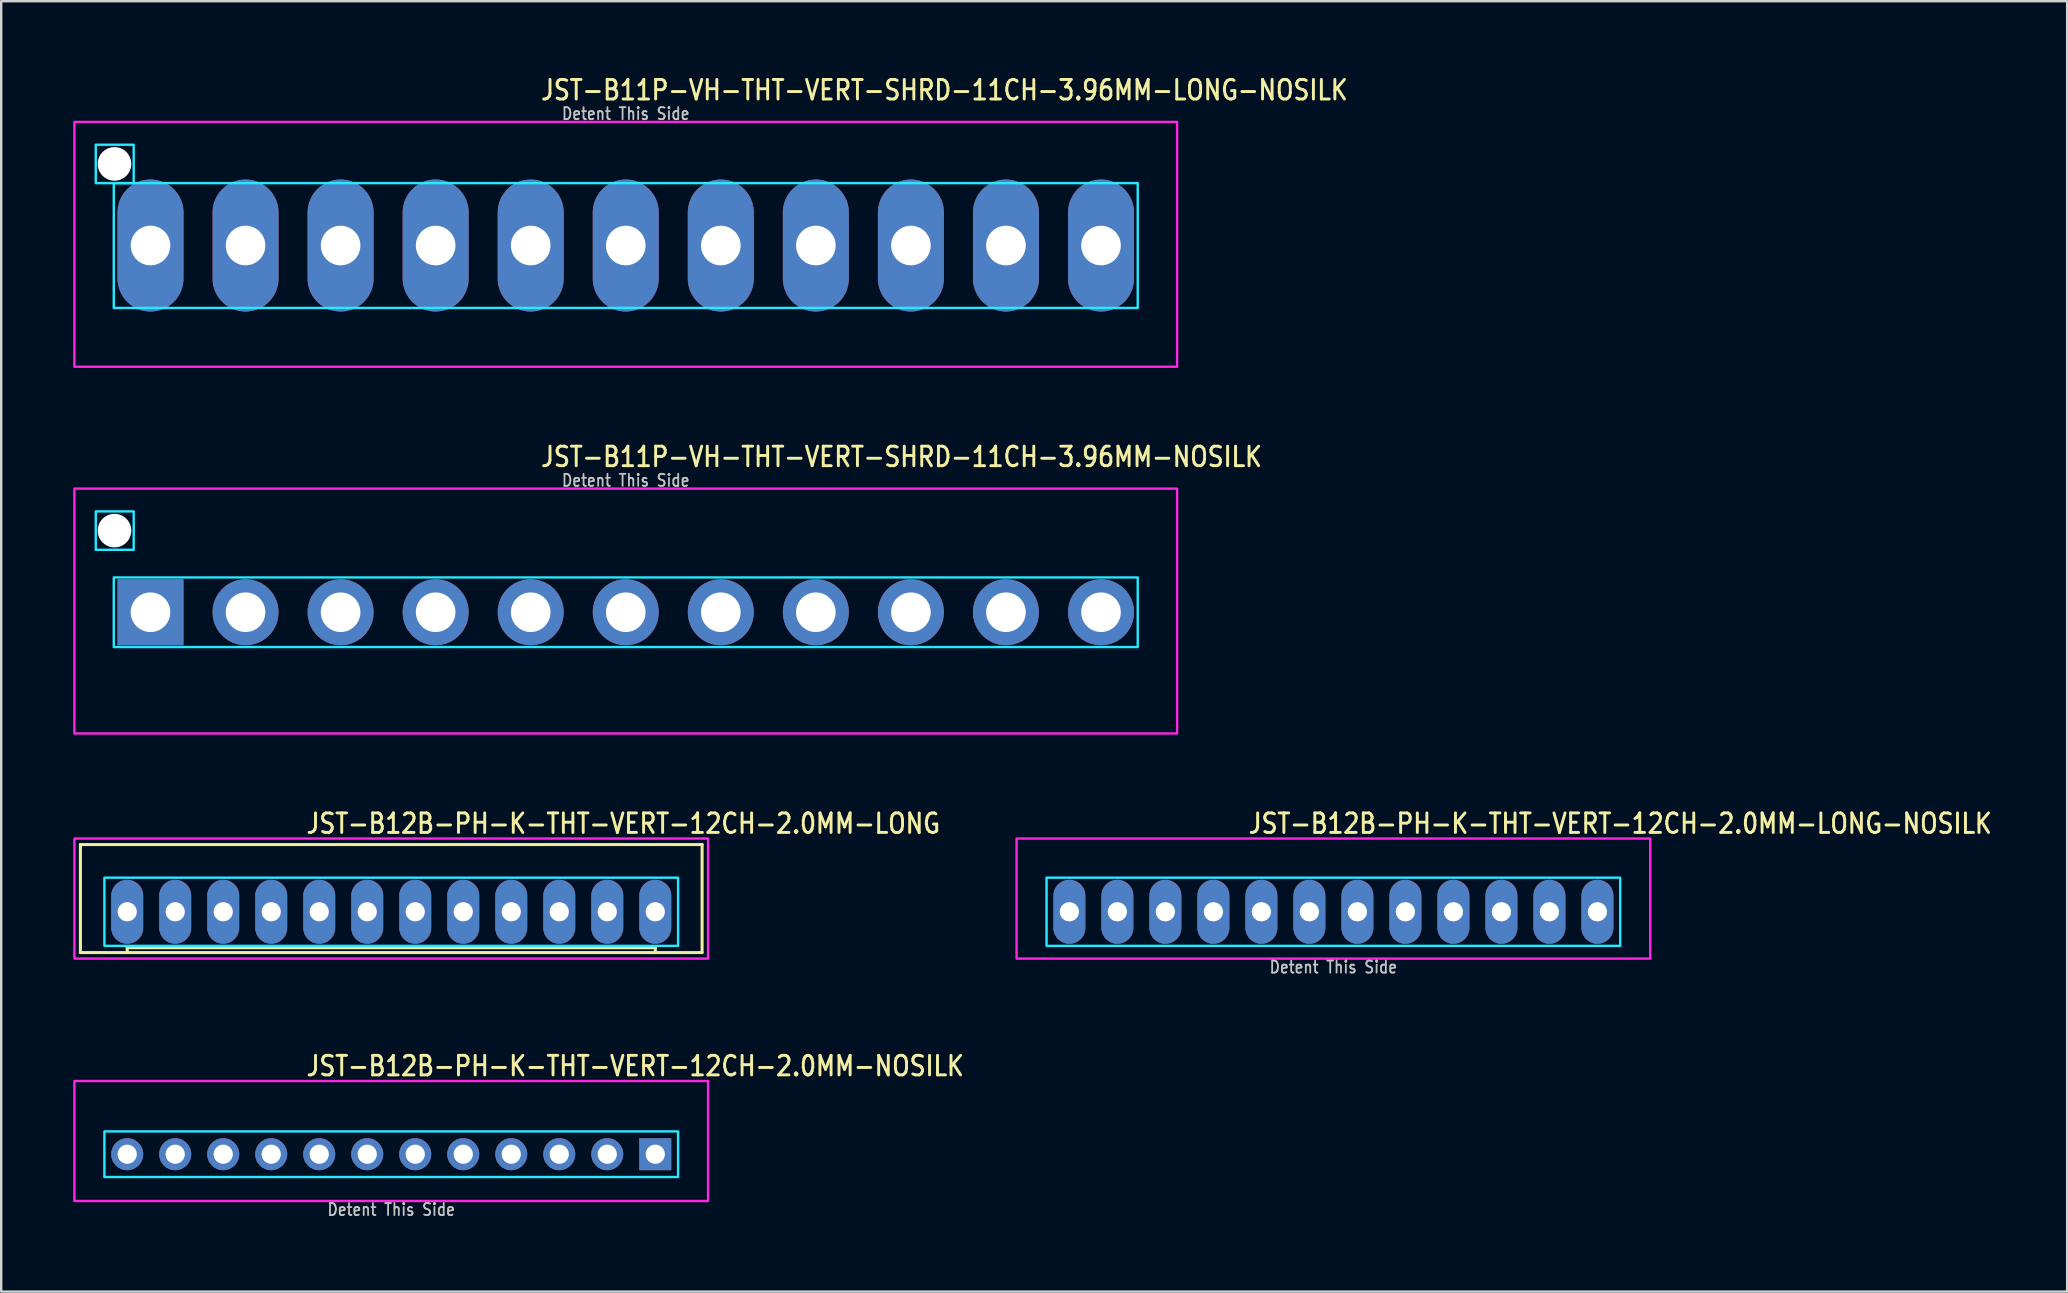
<source format=kicad_pcb>
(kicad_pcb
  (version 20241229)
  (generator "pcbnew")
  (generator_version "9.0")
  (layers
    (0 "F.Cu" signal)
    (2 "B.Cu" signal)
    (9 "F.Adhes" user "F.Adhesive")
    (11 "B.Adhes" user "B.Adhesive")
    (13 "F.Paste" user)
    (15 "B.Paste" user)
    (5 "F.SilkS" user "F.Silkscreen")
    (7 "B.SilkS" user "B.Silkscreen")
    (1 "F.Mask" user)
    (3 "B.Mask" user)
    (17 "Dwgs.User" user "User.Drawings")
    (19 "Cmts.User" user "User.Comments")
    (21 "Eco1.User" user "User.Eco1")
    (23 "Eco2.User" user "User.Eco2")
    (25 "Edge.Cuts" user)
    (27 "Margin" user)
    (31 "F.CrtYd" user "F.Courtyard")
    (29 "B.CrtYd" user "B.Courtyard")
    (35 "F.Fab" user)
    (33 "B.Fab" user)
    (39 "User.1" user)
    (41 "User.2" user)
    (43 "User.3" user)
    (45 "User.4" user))
  (footprint "JST-B12B-PH-K-THT-VERT-12CH-2.0MM-LONG-NOSILK"
    (layer "F.Cu")
    (at 52.502 34.936)
    (property "Reference" "JST-B12B-PH-K-THT-VERT-12CH-2.0MM-LONG-NOSILK" (at -3.6 -3.2 0) (unlocked yes) (layer "F.SilkS") (effects (font (size 0.813 0.695) (thickness 0.122)) (justify left bottom)))
    (fp_poly (pts (xy -11.95 -1.42) (xy -11.95 1.42) (xy 11.95 1.42) (xy 11.95 -1.42)) (stroke (width 0.1) (type solid)) (fill no) (layer "B.CrtYd"))
    (fp_poly (pts (xy -13.2 1.95) (xy -13.2 -3.05) (xy 13.2 -3.05) (xy 13.2 1.95)) (stroke (width 0.1) (type solid)) (fill no) (layer "F.CrtYd"))
    (fp_text user "Detent This Side" (at 0 2.6 0) (unlocked yes) (layer "Dwgs.User") (effects (font (size 0.5 0.427) (thickness 0.075)) (justify bottom)))
    (pad "1" thru_hole oval (at 11 0 90) (size 2.667 1.333) (drill 0.8) (layers "*.Cu" "*.Mask"))
    (pad "2" thru_hole oval (at 9 0 90) (size 2.667 1.333) (drill 0.8) (layers "*.Cu" "*.Mask"))
    (pad "3" thru_hole oval (at 7 0 90) (size 2.667 1.333) (drill 0.8) (layers "*.Cu" "*.Mask"))
    (pad "4" thru_hole oval (at 5 0 90) (size 2.667 1.333) (drill 0.8) (layers "*.Cu" "*.Mask"))
    (pad "5" thru_hole oval (at 3 0 90) (size 2.667 1.333) (drill 0.8) (layers "*.Cu" "*.Mask"))
    (pad "6" thru_hole oval (at 1 0 90) (size 2.667 1.333) (drill 0.8) (layers "*.Cu" "*.Mask"))
    (pad "7" thru_hole oval (at -1 0 90) (size 2.667 1.333) (drill 0.8) (layers "*.Cu" "*.Mask"))
    (pad "8" thru_hole oval (at -3 0 90) (size 2.667 1.333) (drill 0.8) (layers "*.Cu" "*.Mask"))
    (pad "9" thru_hole oval (at -5 0 90) (size 2.667 1.333) (drill 0.8) (layers "*.Cu" "*.Mask"))
    (pad "10" thru_hole oval (at -7 0 90) (size 2.667 1.333) (drill 0.8) (layers "*.Cu" "*.Mask"))
    (pad "11" thru_hole oval (at -9 0 90) (size 2.667 1.333) (drill 0.8) (layers "*.Cu" "*.Mask"))
    (pad "12" thru_hole oval (at -11 0 90) (size 2.667 1.333) (drill 0.8) (layers "*.Cu" "*.Mask")))
  (footprint "JST-B12B-PH-K-THT-VERT-12CH-2.0MM-LONG"
    (layer "F.Cu")
    (at 13.25 34.936)
    (property "Reference" "JST-B12B-PH-K-THT-VERT-12CH-2.0MM-LONG" (at -3.6 -3.2 0) (unlocked yes) (layer "F.SilkS") (effects (font (size 0.813 0.695) (thickness 0.122)) (justify left bottom)))
    (fp_line (start -12.95 -2.8) (end -12.95 1.7) (stroke (width 0.127) (type solid)) (layer "F.SilkS"))
    (fp_line (start -12.95 -2.8) (end 12.95 -2.8) (stroke (width 0.127) (type solid)) (layer "F.SilkS"))
    (fp_line (start -12.95 1.7) (end 12.95 1.7) (stroke (width 0.127) (type solid)) (layer "F.SilkS"))
    (fp_line (start -11 1.7) (end -11 1.5) (stroke (width 0.127) (type solid)) (layer "F.SilkS"))
    (fp_line (start 11 1.5) (end -11 1.5) (stroke (width 0.127) (type solid)) (layer "F.SilkS"))
    (fp_line (start 11 1.7) (end 11 1.5) (stroke (width 0.127) (type solid)) (layer "F.SilkS"))
    (fp_line (start 12.95 1.7) (end 12.95 -2.8) (stroke (width 0.127) (type solid)) (layer "F.SilkS"))
    (fp_poly (pts (xy -11.95 -1.42) (xy -11.95 1.42) (xy 11.95 1.42) (xy 11.95 -1.42)) (stroke (width 0.1) (type solid)) (fill no) (layer "B.CrtYd"))
    (fp_poly (pts (xy -13.2 1.95) (xy -13.2 -3.05) (xy 13.2 -3.05) (xy 13.2 1.95)) (stroke (width 0.1) (type solid)) (fill no) (layer "F.CrtYd"))
    (pad "1" thru_hole oval (at 11 0 90) (size 2.667 1.333) (drill 0.8) (layers "*.Cu" "*.Mask"))
    (pad "2" thru_hole oval (at 9 0 90) (size 2.667 1.333) (drill 0.8) (layers "*.Cu" "*.Mask"))
    (pad "3" thru_hole oval (at 7 0 90) (size 2.667 1.333) (drill 0.8) (layers "*.Cu" "*.Mask"))
    (pad "4" thru_hole oval (at 5 0 90) (size 2.667 1.333) (drill 0.8) (layers "*.Cu" "*.Mask"))
    (pad "5" thru_hole oval (at 3 0 90) (size 2.667 1.333) (drill 0.8) (layers "*.Cu" "*.Mask"))
    (pad "6" thru_hole oval (at 1 0 90) (size 2.667 1.333) (drill 0.8) (layers "*.Cu" "*.Mask"))
    (pad "7" thru_hole oval (at -1 0 90) (size 2.667 1.333) (drill 0.8) (layers "*.Cu" "*.Mask"))
    (pad "8" thru_hole oval (at -3 0 90) (size 2.667 1.333) (drill 0.8) (layers "*.Cu" "*.Mask"))
    (pad "9" thru_hole oval (at -5 0 90) (size 2.667 1.333) (drill 0.8) (layers "*.Cu" "*.Mask"))
    (pad "10" thru_hole oval (at -7 0 90) (size 2.667 1.333) (drill 0.8) (layers "*.Cu" "*.Mask"))
    (pad "11" thru_hole oval (at -9 0 90) (size 2.667 1.333) (drill 0.8) (layers "*.Cu" "*.Mask"))
    (pad "12" thru_hole oval (at -11 0 90) (size 2.667 1.333) (drill 0.8) (layers "*.Cu" "*.Mask")))
  (footprint "JST-B11P-VH-THT-VERT-SHRD-11CH-3.96MM-LONG-NOSILK"
    (layer "F.Cu")
    (at 23.02 7.179)
    (property "Reference" "JST-B11P-VH-THT-VERT-SHRD-11CH-3.96MM-LONG-NOSILK" (at -3.6 -6 0) (unlocked yes) (layer "F.SilkS") (effects (font (size 0.813 0.695) (thickness 0.122)) (justify left bottom)))
    (fp_poly (pts (xy -21.33 -2.6) (xy -21.33 2.6) (xy 21.33 2.6) (xy 21.33 -2.6)) (stroke (width 0.1) (type solid)) (fill no) (layer "B.CrtYd"))
    (fp_poly (pts (xy -20.5 -4.2) (xy -20.5 -2.6) (xy -22.08 -2.6) (xy -22.08 -4.2)) (stroke (width 0.1) (type solid)) (fill no) (layer "B.CrtYd"))
    (fp_poly (pts (xy -22.97 -5.15) (xy -22.97 5.05) (xy 22.97 5.05) (xy 22.97 -5.15)) (stroke (width 0.1) (type solid)) (fill no) (layer "F.CrtYd"))
    (fp_text user "Detent This Side" (at 0 -5.2 0) (unlocked yes) (layer "Dwgs.User") (effects (font (size 0.5 0.427) (thickness 0.075)) (justify bottom)))
    (pad "" np_thru_hole circle (at -21.3 -3.4) (size 1.4 1.4) (drill 1.4) (layers "*.Cu" "*.Mask"))
    (pad "1" thru_hole oval (at -19.8 0 90) (size 5.5 2.75) (drill 1.65) (layers "*.Cu" "*.Mask"))
    (pad "2" thru_hole oval (at -15.84 0 90) (size 5.5 2.75) (drill 1.65) (layers "*.Cu" "*.Mask"))
    (pad "3" thru_hole oval (at -11.88 0 90) (size 5.5 2.75) (drill 1.65) (layers "*.Cu" "*.Mask"))
    (pad "4" thru_hole oval (at -7.92 0 90) (size 5.5 2.75) (drill 1.65) (layers "*.Cu" "*.Mask"))
    (pad "5" thru_hole oval (at -3.96 0 90) (size 5.5 2.75) (drill 1.65) (layers "*.Cu" "*.Mask"))
    (pad "6" thru_hole oval (at 0 0 90) (size 5.5 2.75) (drill 1.65) (layers "*.Cu" "*.Mask"))
    (pad "7" thru_hole oval (at 3.96 0 90) (size 5.5 2.75) (drill 1.65) (layers "*.Cu" "*.Mask"))
    (pad "8" thru_hole oval (at 7.92 0 90) (size 5.5 2.75) (drill 1.65) (layers "*.Cu" "*.Mask"))
    (pad "9" thru_hole oval (at 11.88 0 90) (size 5.5 2.75) (drill 1.65) (layers "*.Cu" "*.Mask"))
    (pad "10" thru_hole oval (at 15.84 0 90) (size 5.5 2.75) (drill 1.65) (layers "*.Cu" "*.Mask"))
    (pad "11" thru_hole oval (at 19.8 0 90) (size 5.5 2.75) (drill 1.65) (layers "*.Cu" "*.Mask")))
  (footprint "JST-B12B-PH-K-THT-VERT-12CH-2.0MM-NOSILK"
    (layer "F.Cu")
    (at 13.25 45.037)
    (property "Reference" "JST-B12B-PH-K-THT-VERT-12CH-2.0MM-NOSILK" (at -3.6 -3.2 0) (unlocked yes) (layer "F.SilkS") (effects (font (size 0.813 0.695) (thickness 0.122)) (justify left bottom)))
    (fp_poly (pts (xy -11.95 -0.95) (xy -11.95 0.95) (xy 11.95 0.95) (xy 11.95 -0.95)) (stroke (width 0.1) (type solid)) (fill no) (layer "B.CrtYd"))
    (fp_poly (pts (xy -13.2 1.95) (xy -13.2 -3.05) (xy 13.2 -3.05) (xy 13.2 1.95)) (stroke (width 0.1) (type solid)) (fill no) (layer "F.CrtYd"))
    (fp_text user "Detent This Side" (at 0 2.6 0) (unlocked yes) (layer "Dwgs.User") (effects (font (size 0.5 0.427) (thickness 0.075)) (justify bottom)))
    (pad "1" thru_hole rect (at 11 0) (size 1.333 1.333) (drill 0.8) (layers "*.Cu" "*.Mask"))
    (pad "2" thru_hole oval (at 9 0) (size 1.333 1.333) (drill 0.8) (layers "*.Cu" "*.Mask"))
    (pad "3" thru_hole oval (at 7 0) (size 1.333 1.333) (drill 0.8) (layers "*.Cu" "*.Mask"))
    (pad "4" thru_hole oval (at 5 0) (size 1.333 1.333) (drill 0.8) (layers "*.Cu" "*.Mask"))
    (pad "5" thru_hole oval (at 3 0) (size 1.333 1.333) (drill 0.8) (layers "*.Cu" "*.Mask"))
    (pad "6" thru_hole oval (at 1 0) (size 1.333 1.333) (drill 0.8) (layers "*.Cu" "*.Mask"))
    (pad "7" thru_hole oval (at -1 0) (size 1.333 1.333) (drill 0.8) (layers "*.Cu" "*.Mask"))
    (pad "8" thru_hole oval (at -3 0) (size 1.333 1.333) (drill 0.8) (layers "*.Cu" "*.Mask"))
    (pad "9" thru_hole oval (at -5 0) (size 1.333 1.333) (drill 0.8) (layers "*.Cu" "*.Mask"))
    (pad "10" thru_hole oval (at -7 0) (size 1.333 1.333) (drill 0.8) (layers "*.Cu" "*.Mask"))
    (pad "11" thru_hole oval (at -9 0) (size 1.333 1.333) (drill 0.8) (layers "*.Cu" "*.Mask"))
    (pad "12" thru_hole oval (at -11 0) (size 1.333 1.333) (drill 0.8) (layers "*.Cu" "*.Mask")))
  (footprint "JST-B11P-VH-THT-VERT-SHRD-11CH-3.96MM-NOSILK"
    (layer "F.Cu")
    (at 23.02 22.457)
    (property "Reference" "JST-B11P-VH-THT-VERT-SHRD-11CH-3.96MM-NOSILK" (at -3.6 -6 0) (unlocked yes) (layer "F.SilkS") (effects (font (size 0.813 0.695) (thickness 0.122)) (justify left bottom)))
    (fp_poly (pts (xy -21.33 -1.45) (xy -21.33 1.45) (xy 21.33 1.45) (xy 21.33 -1.45)) (stroke (width 0.1) (type solid)) (fill no) (layer "B.CrtYd"))
    (fp_poly (pts (xy -20.5 -4.2) (xy -20.5 -2.6) (xy -22.08 -2.6) (xy -22.08 -4.2)) (stroke (width 0.1) (type solid)) (fill no) (layer "B.CrtYd"))
    (fp_poly (pts (xy -22.97 -5.15) (xy -22.97 5.05) (xy 22.97 5.05) (xy 22.97 -5.15)) (stroke (width 0.1) (type solid)) (fill no) (layer "F.CrtYd"))
    (fp_text user "Detent This Side" (at 0 -5.2 0) (unlocked yes) (layer "Dwgs.User") (effects (font (size 0.5 0.427) (thickness 0.075)) (justify bottom)))
    (pad "" np_thru_hole circle (at -21.3 -3.4) (size 1.4 1.4) (drill 1.4) (layers "*.Cu" "*.Mask"))
    (pad "1" thru_hole rect (at -19.8 0) (size 2.75 2.75) (drill 1.65) (layers "*.Cu" "*.Mask"))
    (pad "2" thru_hole oval (at -15.84 0) (size 2.75 2.75) (drill 1.65) (layers "*.Cu" "*.Mask"))
    (pad "3" thru_hole oval (at -11.88 0) (size 2.75 2.75) (drill 1.65) (layers "*.Cu" "*.Mask"))
    (pad "4" thru_hole oval (at -7.92 0) (size 2.75 2.75) (drill 1.65) (layers "*.Cu" "*.Mask"))
    (pad "5" thru_hole oval (at -3.96 0) (size 2.75 2.75) (drill 1.65) (layers "*.Cu" "*.Mask"))
    (pad "6" thru_hole oval (at 0 0) (size 2.75 2.75) (drill 1.65) (layers "*.Cu" "*.Mask"))
    (pad "7" thru_hole oval (at 3.96 0) (size 2.75 2.75) (drill 1.65) (layers "*.Cu" "*.Mask"))
    (pad "8" thru_hole oval (at 7.92 0) (size 2.75 2.75) (drill 1.65) (layers "*.Cu" "*.Mask"))
    (pad "9" thru_hole oval (at 11.88 0) (size 2.75 2.75) (drill 1.65) (layers "*.Cu" "*.Mask"))
    (pad "10" thru_hole oval (at 15.84 0) (size 2.75 2.75) (drill 1.65) (layers "*.Cu" "*.Mask"))
    (pad "11" thru_hole oval (at 19.8 0) (size 2.75 2.75) (drill 1.65) (layers "*.Cu" "*.Mask")))
  (gr_rect
    (start -3 -3)
    (end 83.07 50.761)
    (stroke (width 0.1) (type default))
    (fill no)
    (layer "Edge.Cuts")))
</source>
